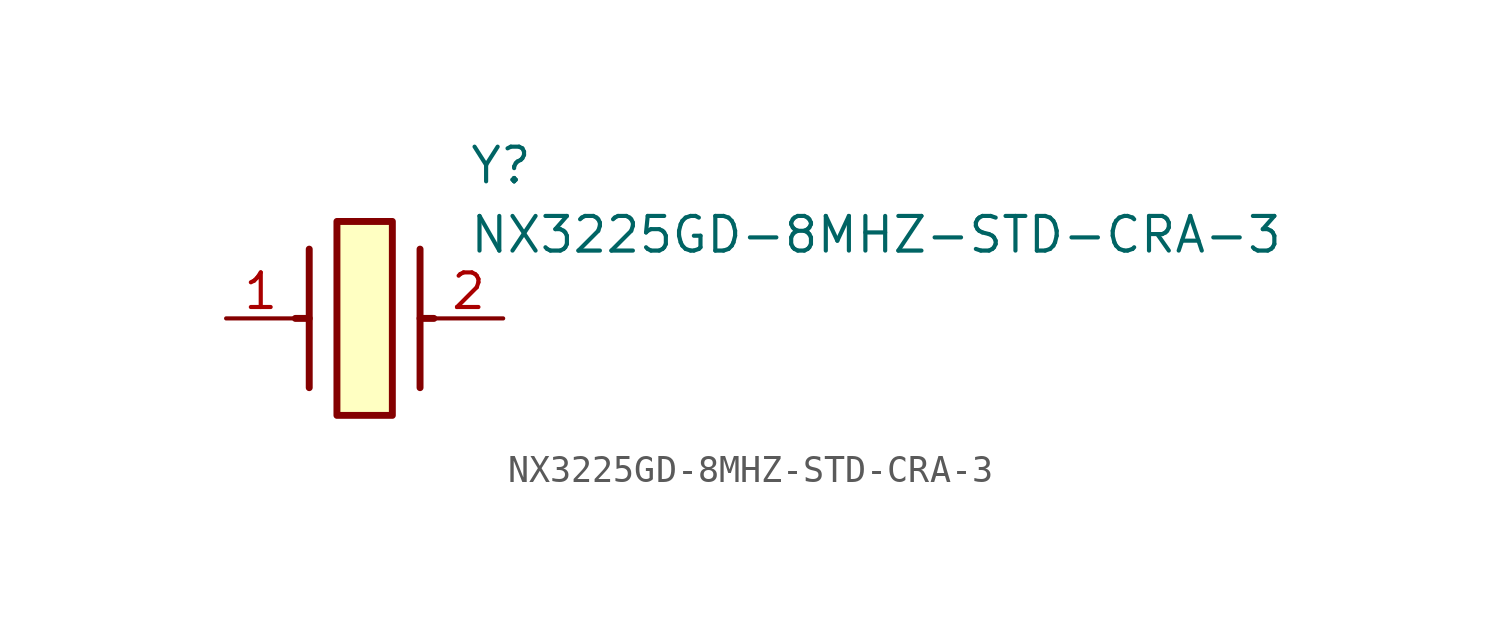
<source format=kicad_sym>
(kicad_symbol_lib
  (version 20220914)
  (generator kicad_symbol_editor)
  (symbol "NX3225GD-8MHZ-STD-CRA-3"
    (pin_names hide)
    (property "Reference" "Y"
      (at 8.89 6.35 0)
      (effects (font (size 1.27 1.27)) (justify left top)))
    (property "Value" "NX3225GD-8MHZ-STD-CRA-3"
      (at 8.89 3.81 0)
      (effects (font (size 1.27 1.27)) (justify left top)))
    (symbol "NX3225GD-8MHZ-STD-CRA-3_1_1"
      (polyline (pts (xy 3.048 0) (xy 2.54 0)) (stroke (width 0.254) (type default)) (fill (type none)))
      (polyline (pts (xy 3.048 2.54) (xy 3.048 -2.54)) (stroke (width 0.254) (type default)) (fill (type none)))
      (polyline (pts (xy 7.112 0) (xy 7.62 0)) (stroke (width 0.254) (type default)) (fill (type none)))
      (polyline (pts (xy 7.112 2.54) (xy 7.112 -2.54)) (stroke (width 0.254) (type default)) (fill (type none)))
      (rectangle (start 4.064 3.556) (end 6.096 -3.556) (stroke (width 0.254) (type default)) (fill (type background)))
      (pin passive line (at 0 0 0) (length 2.54) (name "1" (effects (font (size 1.27 1.27)))) (number "1" (effects (font (size 1.27 1.27)))))
      (pin passive line (at 10.16 0 180) (length 2.54) (name "2" (effects (font (size 1.27 1.27)))) (number "2" (effects (font (size 1.27 1.27))))))))
</source>
